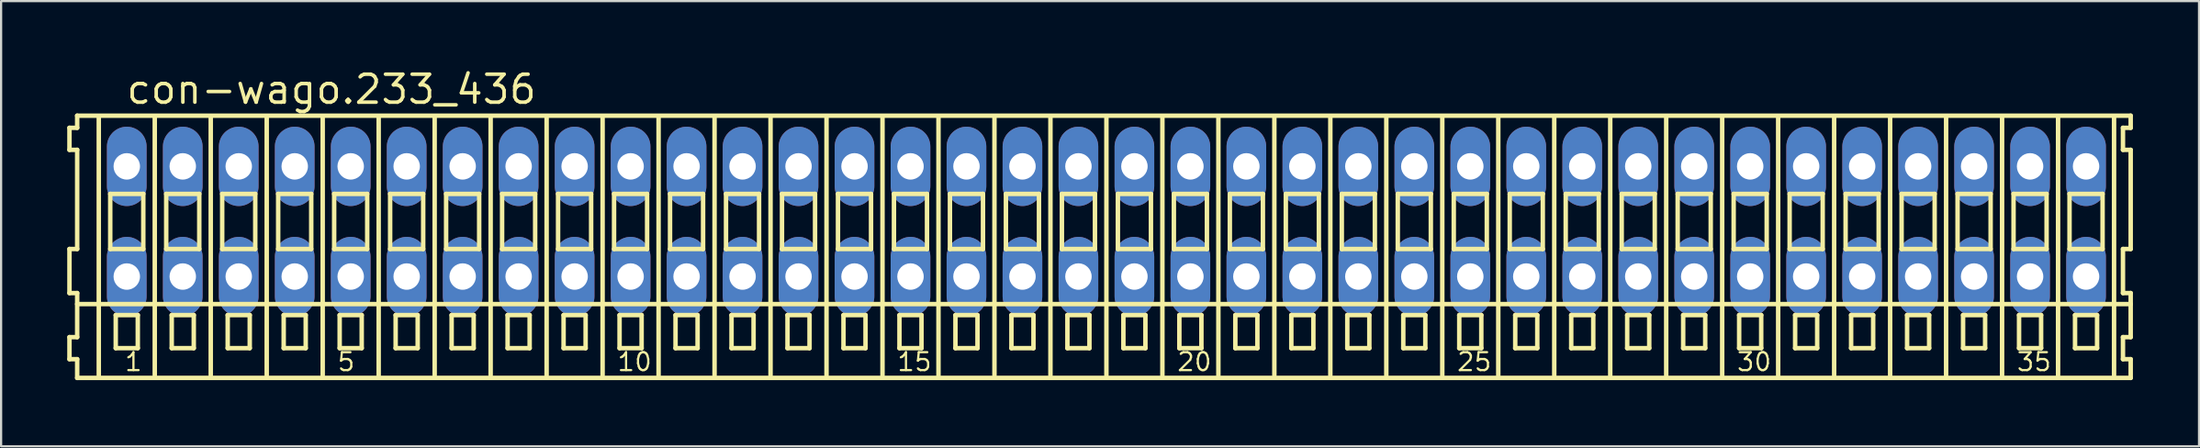
<source format=kicad_pcb>
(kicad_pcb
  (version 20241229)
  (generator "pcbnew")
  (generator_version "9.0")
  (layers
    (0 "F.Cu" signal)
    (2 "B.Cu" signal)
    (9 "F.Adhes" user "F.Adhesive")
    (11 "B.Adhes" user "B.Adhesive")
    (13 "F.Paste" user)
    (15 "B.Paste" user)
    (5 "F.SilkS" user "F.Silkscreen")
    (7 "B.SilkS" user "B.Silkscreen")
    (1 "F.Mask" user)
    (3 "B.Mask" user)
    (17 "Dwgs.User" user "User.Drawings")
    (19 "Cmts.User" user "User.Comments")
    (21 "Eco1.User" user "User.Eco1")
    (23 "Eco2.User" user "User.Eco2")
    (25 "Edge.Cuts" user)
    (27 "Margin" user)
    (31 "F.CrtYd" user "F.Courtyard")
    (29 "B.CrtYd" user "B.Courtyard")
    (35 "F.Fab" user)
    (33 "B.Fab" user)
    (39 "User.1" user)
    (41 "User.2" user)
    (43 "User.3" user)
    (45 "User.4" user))
  (footprint "con-wago.233_436"
    (layer "F.Cu")
    (at 47.152 7)
    (property "Reference" "con-wago.233_436" (at -44.55 -5.25 0) (layer "F.SilkS") (effects (font (size 1.27 1.27) (thickness 0.16)) (justify left bottom)))
    (attr through_hole)
    (fp_line (start -47.05 -4.25) (end -47.05 -3.25) (stroke (width 0.203) (type default)) (layer "F.SilkS"))
    (fp_line (start -47.05 -3.25) (end -46.7 -3.25) (stroke (width 0.203) (type default)) (layer "F.SilkS"))
    (fp_line (start -47.05 1.25) (end -47.05 3.25) (stroke (width 0.203) (type default)) (layer "F.SilkS"))
    (fp_line (start -47.05 3.25) (end -46.7 3.25) (stroke (width 0.203) (type default)) (layer "F.SilkS"))
    (fp_line (start -47.05 5.25) (end -47.05 6.25) (stroke (width 0.203) (type default)) (layer "F.SilkS"))
    (fp_line (start -47.05 6.25) (end -46.7 6.25) (stroke (width 0.203) (type default)) (layer "F.SilkS"))
    (fp_line (start -46.7 -4.8) (end -46.7 -4.25) (stroke (width 0.203) (type default)) (layer "F.SilkS"))
    (fp_line (start -46.7 -4.25) (end -47.05 -4.25) (stroke (width 0.203) (type default)) (layer "F.SilkS"))
    (fp_line (start -46.7 -3.25) (end -46.7 1.25) (stroke (width 0.203) (type default)) (layer "F.SilkS"))
    (fp_line (start -46.7 1.25) (end -47.05 1.25) (stroke (width 0.203) (type default)) (layer "F.SilkS"))
    (fp_line (start -46.7 3.25) (end -46.7 5.25) (stroke (width 0.203) (type default)) (layer "F.SilkS"))
    (fp_line (start -46.7 3.75) (end 46.475 3.75) (stroke (width 0.203) (type default)) (layer "F.SilkS"))
    (fp_line (start -46.7 5.25) (end -47.05 5.25) (stroke (width 0.203) (type default)) (layer "F.SilkS"))
    (fp_line (start -46.7 6.25) (end -46.7 7.1) (stroke (width 0.203) (type default)) (layer "F.SilkS"))
    (fp_line (start -46.7 7.1) (end 46.475 7.1) (stroke (width 0.203) (type default)) (layer "F.SilkS"))
    (fp_line (start -45.72 6.985) (end -45.72 -4.699) (stroke (width 0.203) (type default)) (layer "F.SilkS"))
    (fp_line (start -45.2 -1.25) (end -45.2 1.25) (stroke (width 0.203) (type default)) (layer "F.SilkS"))
    (fp_line (start -45.2 1.25) (end -43.7 1.25) (stroke (width 0.203) (type default)) (layer "F.SilkS"))
    (fp_line (start -44.95 4.25) (end -44.95 5.75) (stroke (width 0.203) (type default)) (layer "F.SilkS"))
    (fp_line (start -44.95 5.75) (end -43.95 5.75) (stroke (width 0.203) (type default)) (layer "F.SilkS"))
    (fp_line (start -43.95 4.25) (end -44.95 4.25) (stroke (width 0.203) (type default)) (layer "F.SilkS"))
    (fp_line (start -43.95 5.75) (end -43.95 4.25) (stroke (width 0.203) (type default)) (layer "F.SilkS"))
    (fp_line (start -43.7 -1.25) (end -45.2 -1.25) (stroke (width 0.203) (type default)) (layer "F.SilkS"))
    (fp_line (start -43.7 1.25) (end -43.7 -1.25) (stroke (width 0.203) (type default)) (layer "F.SilkS"))
    (fp_line (start -43.18 6.985) (end -43.18 -4.699) (stroke (width 0.203) (type default)) (layer "F.SilkS"))
    (fp_line (start -42.66 -1.25) (end -42.66 1.25) (stroke (width 0.203) (type default)) (layer "F.SilkS"))
    (fp_line (start -42.66 1.25) (end -41.16 1.25) (stroke (width 0.203) (type default)) (layer "F.SilkS"))
    (fp_line (start -42.41 4.25) (end -42.41 5.75) (stroke (width 0.203) (type default)) (layer "F.SilkS"))
    (fp_line (start -42.41 5.75) (end -41.41 5.75) (stroke (width 0.203) (type default)) (layer "F.SilkS"))
    (fp_line (start -41.41 4.25) (end -42.41 4.25) (stroke (width 0.203) (type default)) (layer "F.SilkS"))
    (fp_line (start -41.41 5.75) (end -41.41 4.25) (stroke (width 0.203) (type default)) (layer "F.SilkS"))
    (fp_line (start -41.16 -1.25) (end -42.66 -1.25) (stroke (width 0.203) (type default)) (layer "F.SilkS"))
    (fp_line (start -41.16 1.25) (end -41.16 -1.25) (stroke (width 0.203) (type default)) (layer "F.SilkS"))
    (fp_line (start -40.64 6.985) (end -40.64 -4.699) (stroke (width 0.203) (type default)) (layer "F.SilkS"))
    (fp_line (start -40.12 -1.25) (end -40.12 1.25) (stroke (width 0.203) (type default)) (layer "F.SilkS"))
    (fp_line (start -40.12 1.25) (end -38.62 1.25) (stroke (width 0.203) (type default)) (layer "F.SilkS"))
    (fp_line (start -39.87 4.25) (end -39.87 5.75) (stroke (width 0.203) (type default)) (layer "F.SilkS"))
    (fp_line (start -39.87 5.75) (end -38.87 5.75) (stroke (width 0.203) (type default)) (layer "F.SilkS"))
    (fp_line (start -38.87 4.25) (end -39.87 4.25) (stroke (width 0.203) (type default)) (layer "F.SilkS"))
    (fp_line (start -38.87 5.75) (end -38.87 4.25) (stroke (width 0.203) (type default)) (layer "F.SilkS"))
    (fp_line (start -38.62 -1.25) (end -40.12 -1.25) (stroke (width 0.203) (type default)) (layer "F.SilkS"))
    (fp_line (start -38.62 1.25) (end -38.62 -1.25) (stroke (width 0.203) (type default)) (layer "F.SilkS"))
    (fp_line (start -38.1 6.985) (end -38.1 -4.699) (stroke (width 0.203) (type default)) (layer "F.SilkS"))
    (fp_line (start -37.58 -1.25) (end -37.58 1.25) (stroke (width 0.203) (type default)) (layer "F.SilkS"))
    (fp_line (start -37.58 1.25) (end -36.08 1.25) (stroke (width 0.203) (type default)) (layer "F.SilkS"))
    (fp_line (start -37.33 4.25) (end -37.33 5.75) (stroke (width 0.203) (type default)) (layer "F.SilkS"))
    (fp_line (start -37.33 5.75) (end -36.33 5.75) (stroke (width 0.203) (type default)) (layer "F.SilkS"))
    (fp_line (start -36.33 4.25) (end -37.33 4.25) (stroke (width 0.203) (type default)) (layer "F.SilkS"))
    (fp_line (start -36.33 5.75) (end -36.33 4.25) (stroke (width 0.203) (type default)) (layer "F.SilkS"))
    (fp_line (start -36.08 -1.25) (end -37.58 -1.25) (stroke (width 0.203) (type default)) (layer "F.SilkS"))
    (fp_line (start -36.08 1.25) (end -36.08 -1.25) (stroke (width 0.203) (type default)) (layer "F.SilkS"))
    (fp_line (start -35.56 6.985) (end -35.56 -4.699) (stroke (width 0.203) (type default)) (layer "F.SilkS"))
    (fp_line (start -35.04 -1.25) (end -35.04 1.25) (stroke (width 0.203) (type default)) (layer "F.SilkS"))
    (fp_line (start -35.04 1.25) (end -33.54 1.25) (stroke (width 0.203) (type default)) (layer "F.SilkS"))
    (fp_line (start -34.79 4.25) (end -34.79 5.75) (stroke (width 0.203) (type default)) (layer "F.SilkS"))
    (fp_line (start -34.79 5.75) (end -33.79 5.75) (stroke (width 0.203) (type default)) (layer "F.SilkS"))
    (fp_line (start -33.79 4.25) (end -34.79 4.25) (stroke (width 0.203) (type default)) (layer "F.SilkS"))
    (fp_line (start -33.79 5.75) (end -33.79 4.25) (stroke (width 0.203) (type default)) (layer "F.SilkS"))
    (fp_line (start -33.54 -1.25) (end -35.04 -1.25) (stroke (width 0.203) (type default)) (layer "F.SilkS"))
    (fp_line (start -33.54 1.25) (end -33.54 -1.25) (stroke (width 0.203) (type default)) (layer "F.SilkS"))
    (fp_line (start -33.02 6.985) (end -33.02 -4.699) (stroke (width 0.203) (type default)) (layer "F.SilkS"))
    (fp_line (start -32.5 -1.25) (end -32.5 1.25) (stroke (width 0.203) (type default)) (layer "F.SilkS"))
    (fp_line (start -32.5 1.25) (end -31 1.25) (stroke (width 0.203) (type default)) (layer "F.SilkS"))
    (fp_line (start -32.25 4.25) (end -32.25 5.75) (stroke (width 0.203) (type default)) (layer "F.SilkS"))
    (fp_line (start -32.25 5.75) (end -31.25 5.75) (stroke (width 0.203) (type default)) (layer "F.SilkS"))
    (fp_line (start -31.25 4.25) (end -32.25 4.25) (stroke (width 0.203) (type default)) (layer "F.SilkS"))
    (fp_line (start -31.25 5.75) (end -31.25 4.25) (stroke (width 0.203) (type default)) (layer "F.SilkS"))
    (fp_line (start -31 -1.25) (end -32.5 -1.25) (stroke (width 0.203) (type default)) (layer "F.SilkS"))
    (fp_line (start -31 1.25) (end -31 -1.25) (stroke (width 0.203) (type default)) (layer "F.SilkS"))
    (fp_line (start -30.48 6.985) (end -30.48 -4.699) (stroke (width 0.203) (type default)) (layer "F.SilkS"))
    (fp_line (start -29.96 -1.25) (end -29.96 1.25) (stroke (width 0.203) (type default)) (layer "F.SilkS"))
    (fp_line (start -29.96 1.25) (end -28.46 1.25) (stroke (width 0.203) (type default)) (layer "F.SilkS"))
    (fp_line (start -29.71 4.25) (end -29.71 5.75) (stroke (width 0.203) (type default)) (layer "F.SilkS"))
    (fp_line (start -29.71 5.75) (end -28.71 5.75) (stroke (width 0.203) (type default)) (layer "F.SilkS"))
    (fp_line (start -28.71 4.25) (end -29.71 4.25) (stroke (width 0.203) (type default)) (layer "F.SilkS"))
    (fp_line (start -28.71 5.75) (end -28.71 4.25) (stroke (width 0.203) (type default)) (layer "F.SilkS"))
    (fp_line (start -28.46 -1.25) (end -29.96 -1.25) (stroke (width 0.203) (type default)) (layer "F.SilkS"))
    (fp_line (start -28.46 1.25) (end -28.46 -1.25) (stroke (width 0.203) (type default)) (layer "F.SilkS"))
    (fp_line (start -27.94 6.985) (end -27.94 -4.699) (stroke (width 0.203) (type default)) (layer "F.SilkS"))
    (fp_line (start -27.42 -1.25) (end -27.42 1.25) (stroke (width 0.203) (type default)) (layer "F.SilkS"))
    (fp_line (start -27.42 1.25) (end -25.92 1.25) (stroke (width 0.203) (type default)) (layer "F.SilkS"))
    (fp_line (start -27.17 4.25) (end -27.17 5.75) (stroke (width 0.203) (type default)) (layer "F.SilkS"))
    (fp_line (start -27.17 5.75) (end -26.17 5.75) (stroke (width 0.203) (type default)) (layer "F.SilkS"))
    (fp_line (start -26.17 4.25) (end -27.17 4.25) (stroke (width 0.203) (type default)) (layer "F.SilkS"))
    (fp_line (start -26.17 5.75) (end -26.17 4.25) (stroke (width 0.203) (type default)) (layer "F.SilkS"))
    (fp_line (start -25.92 -1.25) (end -27.42 -1.25) (stroke (width 0.203) (type default)) (layer "F.SilkS"))
    (fp_line (start -25.92 1.25) (end -25.92 -1.25) (stroke (width 0.203) (type default)) (layer "F.SilkS"))
    (fp_line (start -25.4 6.985) (end -25.4 -4.699) (stroke (width 0.203) (type default)) (layer "F.SilkS"))
    (fp_line (start -24.88 -1.25) (end -24.88 1.25) (stroke (width 0.203) (type default)) (layer "F.SilkS"))
    (fp_line (start -24.88 1.25) (end -23.38 1.25) (stroke (width 0.203) (type default)) (layer "F.SilkS"))
    (fp_line (start -24.63 4.25) (end -24.63 5.75) (stroke (width 0.203) (type default)) (layer "F.SilkS"))
    (fp_line (start -24.63 5.75) (end -23.63 5.75) (stroke (width 0.203) (type default)) (layer "F.SilkS"))
    (fp_line (start -23.63 4.25) (end -24.63 4.25) (stroke (width 0.203) (type default)) (layer "F.SilkS"))
    (fp_line (start -23.63 5.75) (end -23.63 4.25) (stroke (width 0.203) (type default)) (layer "F.SilkS"))
    (fp_line (start -23.38 -1.25) (end -24.88 -1.25) (stroke (width 0.203) (type default)) (layer "F.SilkS"))
    (fp_line (start -23.38 1.25) (end -23.38 -1.25) (stroke (width 0.203) (type default)) (layer "F.SilkS"))
    (fp_line (start -22.86 6.985) (end -22.86 -4.699) (stroke (width 0.203) (type default)) (layer "F.SilkS"))
    (fp_line (start -22.34 -1.25) (end -22.34 1.25) (stroke (width 0.203) (type default)) (layer "F.SilkS"))
    (fp_line (start -22.34 1.25) (end -20.84 1.25) (stroke (width 0.203) (type default)) (layer "F.SilkS"))
    (fp_line (start -22.09 4.25) (end -22.09 5.75) (stroke (width 0.203) (type default)) (layer "F.SilkS"))
    (fp_line (start -22.09 5.75) (end -21.09 5.75) (stroke (width 0.203) (type default)) (layer "F.SilkS"))
    (fp_line (start -21.09 4.25) (end -22.09 4.25) (stroke (width 0.203) (type default)) (layer "F.SilkS"))
    (fp_line (start -21.09 5.75) (end -21.09 4.25) (stroke (width 0.203) (type default)) (layer "F.SilkS"))
    (fp_line (start -20.84 -1.25) (end -22.34 -1.25) (stroke (width 0.203) (type default)) (layer "F.SilkS"))
    (fp_line (start -20.84 1.25) (end -20.84 -1.25) (stroke (width 0.203) (type default)) (layer "F.SilkS"))
    (fp_line (start -20.32 6.985) (end -20.32 -4.699) (stroke (width 0.203) (type default)) (layer "F.SilkS"))
    (fp_line (start -19.8 -1.25) (end -19.8 1.25) (stroke (width 0.203) (type default)) (layer "F.SilkS"))
    (fp_line (start -19.8 1.25) (end -18.3 1.25) (stroke (width 0.203) (type default)) (layer "F.SilkS"))
    (fp_line (start -19.55 4.25) (end -19.55 5.75) (stroke (width 0.203) (type default)) (layer "F.SilkS"))
    (fp_line (start -19.55 5.75) (end -18.55 5.75) (stroke (width 0.203) (type default)) (layer "F.SilkS"))
    (fp_line (start -18.55 4.25) (end -19.55 4.25) (stroke (width 0.203) (type default)) (layer "F.SilkS"))
    (fp_line (start -18.55 5.75) (end -18.55 4.25) (stroke (width 0.203) (type default)) (layer "F.SilkS"))
    (fp_line (start -18.3 -1.25) (end -19.8 -1.25) (stroke (width 0.203) (type default)) (layer "F.SilkS"))
    (fp_line (start -18.3 1.25) (end -18.3 -1.25) (stroke (width 0.203) (type default)) (layer "F.SilkS"))
    (fp_line (start -17.78 6.985) (end -17.78 -4.699) (stroke (width 0.203) (type default)) (layer "F.SilkS"))
    (fp_line (start -17.26 -1.25) (end -17.26 1.25) (stroke (width 0.203) (type default)) (layer "F.SilkS"))
    (fp_line (start -17.26 1.25) (end -15.76 1.25) (stroke (width 0.203) (type default)) (layer "F.SilkS"))
    (fp_line (start -17.01 4.25) (end -17.01 5.75) (stroke (width 0.203) (type default)) (layer "F.SilkS"))
    (fp_line (start -17.01 5.75) (end -16.01 5.75) (stroke (width 0.203) (type default)) (layer "F.SilkS"))
    (fp_line (start -16.01 4.25) (end -17.01 4.25) (stroke (width 0.203) (type default)) (layer "F.SilkS"))
    (fp_line (start -16.01 5.75) (end -16.01 4.25) (stroke (width 0.203) (type default)) (layer "F.SilkS"))
    (fp_line (start -15.76 -1.25) (end -17.26 -1.25) (stroke (width 0.203) (type default)) (layer "F.SilkS"))
    (fp_line (start -15.76 1.25) (end -15.76 -1.25) (stroke (width 0.203) (type default)) (layer "F.SilkS"))
    (fp_line (start -15.24 6.985) (end -15.24 -4.699) (stroke (width 0.203) (type default)) (layer "F.SilkS"))
    (fp_line (start -14.72 -1.25) (end -14.72 1.25) (stroke (width 0.203) (type default)) (layer "F.SilkS"))
    (fp_line (start -14.72 1.25) (end -13.22 1.25) (stroke (width 0.203) (type default)) (layer "F.SilkS"))
    (fp_line (start -14.47 4.25) (end -14.47 5.75) (stroke (width 0.203) (type default)) (layer "F.SilkS"))
    (fp_line (start -14.47 5.75) (end -13.47 5.75) (stroke (width 0.203) (type default)) (layer "F.SilkS"))
    (fp_line (start -13.47 4.25) (end -14.47 4.25) (stroke (width 0.203) (type default)) (layer "F.SilkS"))
    (fp_line (start -13.47 5.75) (end -13.47 4.25) (stroke (width 0.203) (type default)) (layer "F.SilkS"))
    (fp_line (start -13.22 -1.25) (end -14.72 -1.25) (stroke (width 0.203) (type default)) (layer "F.SilkS"))
    (fp_line (start -13.22 1.25) (end -13.22 -1.25) (stroke (width 0.203) (type default)) (layer "F.SilkS"))
    (fp_line (start -12.7 6.985) (end -12.7 -4.699) (stroke (width 0.203) (type default)) (layer "F.SilkS"))
    (fp_line (start -12.18 -1.25) (end -12.18 1.25) (stroke (width 0.203) (type default)) (layer "F.SilkS"))
    (fp_line (start -12.18 1.25) (end -10.68 1.25) (stroke (width 0.203) (type default)) (layer "F.SilkS"))
    (fp_line (start -11.93 4.25) (end -11.93 5.75) (stroke (width 0.203) (type default)) (layer "F.SilkS"))
    (fp_line (start -11.93 5.75) (end -10.93 5.75) (stroke (width 0.203) (type default)) (layer "F.SilkS"))
    (fp_line (start -10.93 4.25) (end -11.93 4.25) (stroke (width 0.203) (type default)) (layer "F.SilkS"))
    (fp_line (start -10.93 5.75) (end -10.93 4.25) (stroke (width 0.203) (type default)) (layer "F.SilkS"))
    (fp_line (start -10.68 -1.25) (end -12.18 -1.25) (stroke (width 0.203) (type default)) (layer "F.SilkS"))
    (fp_line (start -10.68 1.25) (end -10.68 -1.25) (stroke (width 0.203) (type default)) (layer "F.SilkS"))
    (fp_line (start -10.16 6.985) (end -10.16 -4.699) (stroke (width 0.203) (type default)) (layer "F.SilkS"))
    (fp_line (start -9.64 -1.25) (end -9.64 1.25) (stroke (width 0.203) (type default)) (layer "F.SilkS"))
    (fp_line (start -9.64 1.25) (end -8.14 1.25) (stroke (width 0.203) (type default)) (layer "F.SilkS"))
    (fp_line (start -9.39 4.25) (end -9.39 5.75) (stroke (width 0.203) (type default)) (layer "F.SilkS"))
    (fp_line (start -9.39 5.75) (end -8.39 5.75) (stroke (width 0.203) (type default)) (layer "F.SilkS"))
    (fp_line (start -8.39 4.25) (end -9.39 4.25) (stroke (width 0.203) (type default)) (layer "F.SilkS"))
    (fp_line (start -8.39 5.75) (end -8.39 4.25) (stroke (width 0.203) (type default)) (layer "F.SilkS"))
    (fp_line (start -8.14 -1.25) (end -9.64 -1.25) (stroke (width 0.203) (type default)) (layer "F.SilkS"))
    (fp_line (start -8.14 1.25) (end -8.14 -1.25) (stroke (width 0.203) (type default)) (layer "F.SilkS"))
    (fp_line (start -7.62 6.985) (end -7.62 -4.699) (stroke (width 0.203) (type default)) (layer "F.SilkS"))
    (fp_line (start -7.1 -1.25) (end -7.1 1.25) (stroke (width 0.203) (type default)) (layer "F.SilkS"))
    (fp_line (start -7.1 1.25) (end -5.6 1.25) (stroke (width 0.203) (type default)) (layer "F.SilkS"))
    (fp_line (start -6.85 4.25) (end -6.85 5.75) (stroke (width 0.203) (type default)) (layer "F.SilkS"))
    (fp_line (start -6.85 5.75) (end -5.85 5.75) (stroke (width 0.203) (type default)) (layer "F.SilkS"))
    (fp_line (start -5.85 4.25) (end -6.85 4.25) (stroke (width 0.203) (type default)) (layer "F.SilkS"))
    (fp_line (start -5.85 5.75) (end -5.85 4.25) (stroke (width 0.203) (type default)) (layer "F.SilkS"))
    (fp_line (start -5.6 -1.25) (end -7.1 -1.25) (stroke (width 0.203) (type default)) (layer "F.SilkS"))
    (fp_line (start -5.6 1.25) (end -5.6 -1.25) (stroke (width 0.203) (type default)) (layer "F.SilkS"))
    (fp_line (start -5.08 6.985) (end -5.08 -4.699) (stroke (width 0.203) (type default)) (layer "F.SilkS"))
    (fp_line (start -4.56 -1.25) (end -4.56 1.25) (stroke (width 0.203) (type default)) (layer "F.SilkS"))
    (fp_line (start -4.56 1.25) (end -3.06 1.25) (stroke (width 0.203) (type default)) (layer "F.SilkS"))
    (fp_line (start -4.31 4.25) (end -4.31 5.75) (stroke (width 0.203) (type default)) (layer "F.SilkS"))
    (fp_line (start -4.31 5.75) (end -3.31 5.75) (stroke (width 0.203) (type default)) (layer "F.SilkS"))
    (fp_line (start -3.31 4.25) (end -4.31 4.25) (stroke (width 0.203) (type default)) (layer "F.SilkS"))
    (fp_line (start -3.31 5.75) (end -3.31 4.25) (stroke (width 0.203) (type default)) (layer "F.SilkS"))
    (fp_line (start -3.06 -1.25) (end -4.56 -1.25) (stroke (width 0.203) (type default)) (layer "F.SilkS"))
    (fp_line (start -3.06 1.25) (end -3.06 -1.25) (stroke (width 0.203) (type default)) (layer "F.SilkS"))
    (fp_line (start -2.54 6.985) (end -2.54 -4.699) (stroke (width 0.203) (type default)) (layer "F.SilkS"))
    (fp_line (start -2.02 -1.25) (end -2.02 1.25) (stroke (width 0.203) (type default)) (layer "F.SilkS"))
    (fp_line (start -2.02 1.25) (end -0.52 1.25) (stroke (width 0.203) (type default)) (layer "F.SilkS"))
    (fp_line (start -1.77 4.25) (end -1.77 5.75) (stroke (width 0.203) (type default)) (layer "F.SilkS"))
    (fp_line (start -1.77 5.75) (end -0.77 5.75) (stroke (width 0.203) (type default)) (layer "F.SilkS"))
    (fp_line (start -0.77 4.25) (end -1.77 4.25) (stroke (width 0.203) (type default)) (layer "F.SilkS"))
    (fp_line (start -0.77 5.75) (end -0.77 4.25) (stroke (width 0.203) (type default)) (layer "F.SilkS"))
    (fp_line (start -0.52 -1.25) (end -2.02 -1.25) (stroke (width 0.203) (type default)) (layer "F.SilkS"))
    (fp_line (start -0.52 1.25) (end -0.52 -1.25) (stroke (width 0.203) (type default)) (layer "F.SilkS"))
    (fp_line (start 0 6.985) (end 0 -4.699) (stroke (width 0.203) (type default)) (layer "F.SilkS"))
    (fp_line (start 0.52 -1.25) (end 0.52 1.25) (stroke (width 0.203) (type default)) (layer "F.SilkS"))
    (fp_line (start 0.52 1.25) (end 2.02 1.25) (stroke (width 0.203) (type default)) (layer "F.SilkS"))
    (fp_line (start 0.77 4.25) (end 0.77 5.75) (stroke (width 0.203) (type default)) (layer "F.SilkS"))
    (fp_line (start 0.77 5.75) (end 1.77 5.75) (stroke (width 0.203) (type default)) (layer "F.SilkS"))
    (fp_line (start 1.77 4.25) (end 0.77 4.25) (stroke (width 0.203) (type default)) (layer "F.SilkS"))
    (fp_line (start 1.77 5.75) (end 1.77 4.25) (stroke (width 0.203) (type default)) (layer "F.SilkS"))
    (fp_line (start 2.02 -1.25) (end 0.52 -1.25) (stroke (width 0.203) (type default)) (layer "F.SilkS"))
    (fp_line (start 2.02 1.25) (end 2.02 -1.25) (stroke (width 0.203) (type default)) (layer "F.SilkS"))
    (fp_line (start 2.54 6.985) (end 2.54 -4.699) (stroke (width 0.203) (type default)) (layer "F.SilkS"))
    (fp_line (start 3.06 -1.25) (end 3.06 1.25) (stroke (width 0.203) (type default)) (layer "F.SilkS"))
    (fp_line (start 3.06 1.25) (end 4.56 1.25) (stroke (width 0.203) (type default)) (layer "F.SilkS"))
    (fp_line (start 3.31 4.25) (end 3.31 5.75) (stroke (width 0.203) (type default)) (layer "F.SilkS"))
    (fp_line (start 3.31 5.75) (end 4.31 5.75) (stroke (width 0.203) (type default)) (layer "F.SilkS"))
    (fp_line (start 4.31 4.25) (end 3.31 4.25) (stroke (width 0.203) (type default)) (layer "F.SilkS"))
    (fp_line (start 4.31 5.75) (end 4.31 4.25) (stroke (width 0.203) (type default)) (layer "F.SilkS"))
    (fp_line (start 4.56 -1.25) (end 3.06 -1.25) (stroke (width 0.203) (type default)) (layer "F.SilkS"))
    (fp_line (start 4.56 1.25) (end 4.56 -1.25) (stroke (width 0.203) (type default)) (layer "F.SilkS"))
    (fp_line (start 5.08 6.985) (end 5.08 -4.699) (stroke (width 0.203) (type default)) (layer "F.SilkS"))
    (fp_line (start 5.6 -1.25) (end 5.6 1.25) (stroke (width 0.203) (type default)) (layer "F.SilkS"))
    (fp_line (start 5.6 1.25) (end 7.1 1.25) (stroke (width 0.203) (type default)) (layer "F.SilkS"))
    (fp_line (start 5.85 4.25) (end 5.85 5.75) (stroke (width 0.203) (type default)) (layer "F.SilkS"))
    (fp_line (start 5.85 5.75) (end 6.85 5.75) (stroke (width 0.203) (type default)) (layer "F.SilkS"))
    (fp_line (start 6.85 4.25) (end 5.85 4.25) (stroke (width 0.203) (type default)) (layer "F.SilkS"))
    (fp_line (start 6.85 5.75) (end 6.85 4.25) (stroke (width 0.203) (type default)) (layer "F.SilkS"))
    (fp_line (start 7.1 -1.25) (end 5.6 -1.25) (stroke (width 0.203) (type default)) (layer "F.SilkS"))
    (fp_line (start 7.1 1.25) (end 7.1 -1.25) (stroke (width 0.203) (type default)) (layer "F.SilkS"))
    (fp_line (start 7.62 6.985) (end 7.62 -4.699) (stroke (width 0.203) (type default)) (layer "F.SilkS"))
    (fp_line (start 8.14 -1.25) (end 8.14 1.25) (stroke (width 0.203) (type default)) (layer "F.SilkS"))
    (fp_line (start 8.14 1.25) (end 9.64 1.25) (stroke (width 0.203) (type default)) (layer "F.SilkS"))
    (fp_line (start 8.39 4.25) (end 8.39 5.75) (stroke (width 0.203) (type default)) (layer "F.SilkS"))
    (fp_line (start 8.39 5.75) (end 9.39 5.75) (stroke (width 0.203) (type default)) (layer "F.SilkS"))
    (fp_line (start 9.39 4.25) (end 8.39 4.25) (stroke (width 0.203) (type default)) (layer "F.SilkS"))
    (fp_line (start 9.39 5.75) (end 9.39 4.25) (stroke (width 0.203) (type default)) (layer "F.SilkS"))
    (fp_line (start 9.64 -1.25) (end 8.14 -1.25) (stroke (width 0.203) (type default)) (layer "F.SilkS"))
    (fp_line (start 9.64 1.25) (end 9.64 -1.25) (stroke (width 0.203) (type default)) (layer "F.SilkS"))
    (fp_line (start 10.16 6.985) (end 10.16 -4.699) (stroke (width 0.203) (type default)) (layer "F.SilkS"))
    (fp_line (start 10.68 -1.25) (end 10.68 1.25) (stroke (width 0.203) (type default)) (layer "F.SilkS"))
    (fp_line (start 10.68 1.25) (end 12.18 1.25) (stroke (width 0.203) (type default)) (layer "F.SilkS"))
    (fp_line (start 10.93 4.25) (end 10.93 5.75) (stroke (width 0.203) (type default)) (layer "F.SilkS"))
    (fp_line (start 10.93 5.75) (end 11.93 5.75) (stroke (width 0.203) (type default)) (layer "F.SilkS"))
    (fp_line (start 11.93 4.25) (end 10.93 4.25) (stroke (width 0.203) (type default)) (layer "F.SilkS"))
    (fp_line (start 11.93 5.75) (end 11.93 4.25) (stroke (width 0.203) (type default)) (layer "F.SilkS"))
    (fp_line (start 12.18 -1.25) (end 10.68 -1.25) (stroke (width 0.203) (type default)) (layer "F.SilkS"))
    (fp_line (start 12.18 1.25) (end 12.18 -1.25) (stroke (width 0.203) (type default)) (layer "F.SilkS"))
    (fp_line (start 12.7 6.985) (end 12.7 -4.699) (stroke (width 0.203) (type default)) (layer "F.SilkS"))
    (fp_line (start 13.22 -1.25) (end 13.22 1.25) (stroke (width 0.203) (type default)) (layer "F.SilkS"))
    (fp_line (start 13.22 1.25) (end 14.72 1.25) (stroke (width 0.203) (type default)) (layer "F.SilkS"))
    (fp_line (start 13.47 4.25) (end 13.47 5.75) (stroke (width 0.203) (type default)) (layer "F.SilkS"))
    (fp_line (start 13.47 5.75) (end 14.47 5.75) (stroke (width 0.203) (type default)) (layer "F.SilkS"))
    (fp_line (start 14.47 4.25) (end 13.47 4.25) (stroke (width 0.203) (type default)) (layer "F.SilkS"))
    (fp_line (start 14.47 5.75) (end 14.47 4.25) (stroke (width 0.203) (type default)) (layer "F.SilkS"))
    (fp_line (start 14.72 -1.25) (end 13.22 -1.25) (stroke (width 0.203) (type default)) (layer "F.SilkS"))
    (fp_line (start 14.72 1.25) (end 14.72 -1.25) (stroke (width 0.203) (type default)) (layer "F.SilkS"))
    (fp_line (start 15.24 6.985) (end 15.24 -4.699) (stroke (width 0.203) (type default)) (layer "F.SilkS"))
    (fp_line (start 15.76 -1.25) (end 15.76 1.25) (stroke (width 0.203) (type default)) (layer "F.SilkS"))
    (fp_line (start 15.76 1.25) (end 17.26 1.25) (stroke (width 0.203) (type default)) (layer "F.SilkS"))
    (fp_line (start 16.01 4.25) (end 16.01 5.75) (stroke (width 0.203) (type default)) (layer "F.SilkS"))
    (fp_line (start 16.01 5.75) (end 17.01 5.75) (stroke (width 0.203) (type default)) (layer "F.SilkS"))
    (fp_line (start 17.01 4.25) (end 16.01 4.25) (stroke (width 0.203) (type default)) (layer "F.SilkS"))
    (fp_line (start 17.01 5.75) (end 17.01 4.25) (stroke (width 0.203) (type default)) (layer "F.SilkS"))
    (fp_line (start 17.26 -1.25) (end 15.76 -1.25) (stroke (width 0.203) (type default)) (layer "F.SilkS"))
    (fp_line (start 17.26 1.25) (end 17.26 -1.25) (stroke (width 0.203) (type default)) (layer "F.SilkS"))
    (fp_line (start 17.78 6.985) (end 17.78 -4.699) (stroke (width 0.203) (type default)) (layer "F.SilkS"))
    (fp_line (start 18.3 -1.25) (end 18.3 1.25) (stroke (width 0.203) (type default)) (layer "F.SilkS"))
    (fp_line (start 18.3 1.25) (end 19.8 1.25) (stroke (width 0.203) (type default)) (layer "F.SilkS"))
    (fp_line (start 18.55 4.25) (end 18.55 5.75) (stroke (width 0.203) (type default)) (layer "F.SilkS"))
    (fp_line (start 18.55 5.75) (end 19.55 5.75) (stroke (width 0.203) (type default)) (layer "F.SilkS"))
    (fp_line (start 19.55 4.25) (end 18.55 4.25) (stroke (width 0.203) (type default)) (layer "F.SilkS"))
    (fp_line (start 19.55 5.75) (end 19.55 4.25) (stroke (width 0.203) (type default)) (layer "F.SilkS"))
    (fp_line (start 19.8 -1.25) (end 18.3 -1.25) (stroke (width 0.203) (type default)) (layer "F.SilkS"))
    (fp_line (start 19.8 1.25) (end 19.8 -1.25) (stroke (width 0.203) (type default)) (layer "F.SilkS"))
    (fp_line (start 20.32 6.985) (end 20.32 -4.699) (stroke (width 0.203) (type default)) (layer "F.SilkS"))
    (fp_line (start 20.84 -1.25) (end 20.84 1.25) (stroke (width 0.203) (type default)) (layer "F.SilkS"))
    (fp_line (start 20.84 1.25) (end 22.34 1.25) (stroke (width 0.203) (type default)) (layer "F.SilkS"))
    (fp_line (start 21.09 4.25) (end 21.09 5.75) (stroke (width 0.203) (type default)) (layer "F.SilkS"))
    (fp_line (start 21.09 5.75) (end 22.09 5.75) (stroke (width 0.203) (type default)) (layer "F.SilkS"))
    (fp_line (start 22.09 4.25) (end 21.09 4.25) (stroke (width 0.203) (type default)) (layer "F.SilkS"))
    (fp_line (start 22.09 5.75) (end 22.09 4.25) (stroke (width 0.203) (type default)) (layer "F.SilkS"))
    (fp_line (start 22.34 -1.25) (end 20.84 -1.25) (stroke (width 0.203) (type default)) (layer "F.SilkS"))
    (fp_line (start 22.34 1.25) (end 22.34 -1.25) (stroke (width 0.203) (type default)) (layer "F.SilkS"))
    (fp_line (start 22.86 6.985) (end 22.86 -4.699) (stroke (width 0.203) (type default)) (layer "F.SilkS"))
    (fp_line (start 23.38 -1.25) (end 23.38 1.25) (stroke (width 0.203) (type default)) (layer "F.SilkS"))
    (fp_line (start 23.38 1.25) (end 24.88 1.25) (stroke (width 0.203) (type default)) (layer "F.SilkS"))
    (fp_line (start 23.63 4.25) (end 23.63 5.75) (stroke (width 0.203) (type default)) (layer "F.SilkS"))
    (fp_line (start 23.63 5.75) (end 24.63 5.75) (stroke (width 0.203) (type default)) (layer "F.SilkS"))
    (fp_line (start 24.63 4.25) (end 23.63 4.25) (stroke (width 0.203) (type default)) (layer "F.SilkS"))
    (fp_line (start 24.63 5.75) (end 24.63 4.25) (stroke (width 0.203) (type default)) (layer "F.SilkS"))
    (fp_line (start 24.88 -1.25) (end 23.38 -1.25) (stroke (width 0.203) (type default)) (layer "F.SilkS"))
    (fp_line (start 24.88 1.25) (end 24.88 -1.25) (stroke (width 0.203) (type default)) (layer "F.SilkS"))
    (fp_line (start 25.4 6.985) (end 25.4 -4.699) (stroke (width 0.203) (type default)) (layer "F.SilkS"))
    (fp_line (start 25.92 -1.25) (end 25.92 1.25) (stroke (width 0.203) (type default)) (layer "F.SilkS"))
    (fp_line (start 25.92 1.25) (end 27.42 1.25) (stroke (width 0.203) (type default)) (layer "F.SilkS"))
    (fp_line (start 26.17 4.25) (end 26.17 5.75) (stroke (width 0.203) (type default)) (layer "F.SilkS"))
    (fp_line (start 26.17 5.75) (end 27.17 5.75) (stroke (width 0.203) (type default)) (layer "F.SilkS"))
    (fp_line (start 27.17 4.25) (end 26.17 4.25) (stroke (width 0.203) (type default)) (layer "F.SilkS"))
    (fp_line (start 27.17 5.75) (end 27.17 4.25) (stroke (width 0.203) (type default)) (layer "F.SilkS"))
    (fp_line (start 27.42 -1.25) (end 25.92 -1.25) (stroke (width 0.203) (type default)) (layer "F.SilkS"))
    (fp_line (start 27.42 1.25) (end 27.42 -1.25) (stroke (width 0.203) (type default)) (layer "F.SilkS"))
    (fp_line (start 27.94 6.985) (end 27.94 -4.699) (stroke (width 0.203) (type default)) (layer "F.SilkS"))
    (fp_line (start 28.46 -1.25) (end 28.46 1.25) (stroke (width 0.203) (type default)) (layer "F.SilkS"))
    (fp_line (start 28.46 1.25) (end 29.96 1.25) (stroke (width 0.203) (type default)) (layer "F.SilkS"))
    (fp_line (start 28.71 4.25) (end 28.71 5.75) (stroke (width 0.203) (type default)) (layer "F.SilkS"))
    (fp_line (start 28.71 5.75) (end 29.71 5.75) (stroke (width 0.203) (type default)) (layer "F.SilkS"))
    (fp_line (start 29.71 4.25) (end 28.71 4.25) (stroke (width 0.203) (type default)) (layer "F.SilkS"))
    (fp_line (start 29.71 5.75) (end 29.71 4.25) (stroke (width 0.203) (type default)) (layer "F.SilkS"))
    (fp_line (start 29.96 -1.25) (end 28.46 -1.25) (stroke (width 0.203) (type default)) (layer "F.SilkS"))
    (fp_line (start 29.96 1.25) (end 29.96 -1.25) (stroke (width 0.203) (type default)) (layer "F.SilkS"))
    (fp_line (start 30.48 6.985) (end 30.48 -4.699) (stroke (width 0.203) (type default)) (layer "F.SilkS"))
    (fp_line (start 31 -1.25) (end 31 1.25) (stroke (width 0.203) (type default)) (layer "F.SilkS"))
    (fp_line (start 31 1.25) (end 32.5 1.25) (stroke (width 0.203) (type default)) (layer "F.SilkS"))
    (fp_line (start 31.25 4.25) (end 31.25 5.75) (stroke (width 0.203) (type default)) (layer "F.SilkS"))
    (fp_line (start 31.25 5.75) (end 32.25 5.75) (stroke (width 0.203) (type default)) (layer "F.SilkS"))
    (fp_line (start 32.25 4.25) (end 31.25 4.25) (stroke (width 0.203) (type default)) (layer "F.SilkS"))
    (fp_line (start 32.25 5.75) (end 32.25 4.25) (stroke (width 0.203) (type default)) (layer "F.SilkS"))
    (fp_line (start 32.5 -1.25) (end 31 -1.25) (stroke (width 0.203) (type default)) (layer "F.SilkS"))
    (fp_line (start 32.5 1.25) (end 32.5 -1.25) (stroke (width 0.203) (type default)) (layer "F.SilkS"))
    (fp_line (start 33.02 6.985) (end 33.02 -4.699) (stroke (width 0.203) (type default)) (layer "F.SilkS"))
    (fp_line (start 33.54 -1.25) (end 33.54 1.25) (stroke (width 0.203) (type default)) (layer "F.SilkS"))
    (fp_line (start 33.54 1.25) (end 35.04 1.25) (stroke (width 0.203) (type default)) (layer "F.SilkS"))
    (fp_line (start 33.79 4.25) (end 33.79 5.75) (stroke (width 0.203) (type default)) (layer "F.SilkS"))
    (fp_line (start 33.79 5.75) (end 34.79 5.75) (stroke (width 0.203) (type default)) (layer "F.SilkS"))
    (fp_line (start 34.79 4.25) (end 33.79 4.25) (stroke (width 0.203) (type default)) (layer "F.SilkS"))
    (fp_line (start 34.79 5.75) (end 34.79 4.25) (stroke (width 0.203) (type default)) (layer "F.SilkS"))
    (fp_line (start 35.04 -1.25) (end 33.54 -1.25) (stroke (width 0.203) (type default)) (layer "F.SilkS"))
    (fp_line (start 35.04 1.25) (end 35.04 -1.25) (stroke (width 0.203) (type default)) (layer "F.SilkS"))
    (fp_line (start 35.56 6.985) (end 35.56 -4.699) (stroke (width 0.203) (type default)) (layer "F.SilkS"))
    (fp_line (start 36.08 -1.25) (end 36.08 1.25) (stroke (width 0.203) (type default)) (layer "F.SilkS"))
    (fp_line (start 36.08 1.25) (end 37.58 1.25) (stroke (width 0.203) (type default)) (layer "F.SilkS"))
    (fp_line (start 36.33 4.25) (end 36.33 5.75) (stroke (width 0.203) (type default)) (layer "F.SilkS"))
    (fp_line (start 36.33 5.75) (end 37.33 5.75) (stroke (width 0.203) (type default)) (layer "F.SilkS"))
    (fp_line (start 37.33 4.25) (end 36.33 4.25) (stroke (width 0.203) (type default)) (layer "F.SilkS"))
    (fp_line (start 37.33 5.75) (end 37.33 4.25) (stroke (width 0.203) (type default)) (layer "F.SilkS"))
    (fp_line (start 37.58 -1.25) (end 36.08 -1.25) (stroke (width 0.203) (type default)) (layer "F.SilkS"))
    (fp_line (start 37.58 1.25) (end 37.58 -1.25) (stroke (width 0.203) (type default)) (layer "F.SilkS"))
    (fp_line (start 38.1 6.985) (end 38.1 -4.699) (stroke (width 0.203) (type default)) (layer "F.SilkS"))
    (fp_line (start 38.62 -1.25) (end 38.62 1.25) (stroke (width 0.203) (type default)) (layer "F.SilkS"))
    (fp_line (start 38.62 1.25) (end 40.12 1.25) (stroke (width 0.203) (type default)) (layer "F.SilkS"))
    (fp_line (start 38.87 4.25) (end 38.87 5.75) (stroke (width 0.203) (type default)) (layer "F.SilkS"))
    (fp_line (start 38.87 5.75) (end 39.87 5.75) (stroke (width 0.203) (type default)) (layer "F.SilkS"))
    (fp_line (start 39.87 4.25) (end 38.87 4.25) (stroke (width 0.203) (type default)) (layer "F.SilkS"))
    (fp_line (start 39.87 5.75) (end 39.87 4.25) (stroke (width 0.203) (type default)) (layer "F.SilkS"))
    (fp_line (start 40.12 -1.25) (end 38.62 -1.25) (stroke (width 0.203) (type default)) (layer "F.SilkS"))
    (fp_line (start 40.12 1.25) (end 40.12 -1.25) (stroke (width 0.203) (type default)) (layer "F.SilkS"))
    (fp_line (start 40.64 6.985) (end 40.64 -4.699) (stroke (width 0.203) (type default)) (layer "F.SilkS"))
    (fp_line (start 41.16 -1.25) (end 41.16 1.25) (stroke (width 0.203) (type default)) (layer "F.SilkS"))
    (fp_line (start 41.16 1.25) (end 42.66 1.25) (stroke (width 0.203) (type default)) (layer "F.SilkS"))
    (fp_line (start 41.41 4.25) (end 41.41 5.75) (stroke (width 0.203) (type default)) (layer "F.SilkS"))
    (fp_line (start 41.41 5.75) (end 42.41 5.75) (stroke (width 0.203) (type default)) (layer "F.SilkS"))
    (fp_line (start 42.41 4.25) (end 41.41 4.25) (stroke (width 0.203) (type default)) (layer "F.SilkS"))
    (fp_line (start 42.41 5.75) (end 42.41 4.25) (stroke (width 0.203) (type default)) (layer "F.SilkS"))
    (fp_line (start 42.66 -1.25) (end 41.16 -1.25) (stroke (width 0.203) (type default)) (layer "F.SilkS"))
    (fp_line (start 42.66 1.25) (end 42.66 -1.25) (stroke (width 0.203) (type default)) (layer "F.SilkS"))
    (fp_line (start 43.18 6.985) (end 43.18 -4.699) (stroke (width 0.203) (type default)) (layer "F.SilkS"))
    (fp_line (start 43.7 -1.25) (end 43.7 1.25) (stroke (width 0.203) (type default)) (layer "F.SilkS"))
    (fp_line (start 43.7 1.25) (end 45.2 1.25) (stroke (width 0.203) (type default)) (layer "F.SilkS"))
    (fp_line (start 43.95 4.25) (end 43.95 5.75) (stroke (width 0.203) (type default)) (layer "F.SilkS"))
    (fp_line (start 43.95 5.75) (end 44.95 5.75) (stroke (width 0.203) (type default)) (layer "F.SilkS"))
    (fp_line (start 44.95 4.25) (end 43.95 4.25) (stroke (width 0.203) (type default)) (layer "F.SilkS"))
    (fp_line (start 44.95 5.75) (end 44.95 4.25) (stroke (width 0.203) (type default)) (layer "F.SilkS"))
    (fp_line (start 45.2 -1.25) (end 43.7 -1.25) (stroke (width 0.203) (type default)) (layer "F.SilkS"))
    (fp_line (start 45.2 1.25) (end 45.2 -1.25) (stroke (width 0.203) (type default)) (layer "F.SilkS"))
    (fp_line (start 45.72 6.985) (end 45.72 -4.699) (stroke (width 0.203) (type default)) (layer "F.SilkS"))
    (fp_line (start 46.125 -4.25) (end 46.125 -3.25) (stroke (width 0.203) (type default)) (layer "F.SilkS"))
    (fp_line (start 46.125 -3.25) (end 46.475 -3.25) (stroke (width 0.203) (type default)) (layer "F.SilkS"))
    (fp_line (start 46.125 1.25) (end 46.125 3.25) (stroke (width 0.203) (type default)) (layer "F.SilkS"))
    (fp_line (start 46.125 3.25) (end 46.475 3.25) (stroke (width 0.203) (type default)) (layer "F.SilkS"))
    (fp_line (start 46.125 5.25) (end 46.125 6.25) (stroke (width 0.203) (type default)) (layer "F.SilkS"))
    (fp_line (start 46.125 6.25) (end 46.475 6.25) (stroke (width 0.203) (type default)) (layer "F.SilkS"))
    (fp_line (start 46.475 -4.8) (end -46.7 -4.8) (stroke (width 0.203) (type default)) (layer "F.SilkS"))
    (fp_line (start 46.475 -4.25) (end 46.125 -4.25) (stroke (width 0.203) (type default)) (layer "F.SilkS"))
    (fp_line (start 46.475 -4.25) (end 46.475 -4.8) (stroke (width 0.203) (type default)) (layer "F.SilkS"))
    (fp_line (start 46.475 1.25) (end 46.125 1.25) (stroke (width 0.203) (type default)) (layer "F.SilkS"))
    (fp_line (start 46.475 1.25) (end 46.475 -3.25) (stroke (width 0.203) (type default)) (layer "F.SilkS"))
    (fp_line (start 46.475 3.75) (end 46.475 3.25) (stroke (width 0.203) (type default)) (layer "F.SilkS"))
    (fp_line (start 46.475 5.25) (end 46.125 5.25) (stroke (width 0.203) (type default)) (layer "F.SilkS"))
    (fp_line (start 46.475 5.25) (end 46.475 3.75) (stroke (width 0.203) (type default)) (layer "F.SilkS"))
    (fp_line (start 46.475 7.1) (end 46.475 6.25) (stroke (width 0.203) (type default)) (layer "F.SilkS"))
    (fp_text user "35" (at 41.252 6.85 0) (layer "F.SilkS") (effects (font (size 0.813 0.813) (thickness 0.1)) (justify left bottom)))
    (fp_text user "10" (at -22.248 6.85 0) (layer "F.SilkS") (effects (font (size 0.813 0.813) (thickness 0.1)) (justify left bottom)))
    (fp_text user "25" (at 15.852 6.85 0) (layer "F.SilkS") (effects (font (size 0.813 0.813) (thickness 0.1)) (justify left bottom)))
    (fp_text user "1" (at -44.6 6.85 0) (layer "F.SilkS") (effects (font (size 0.813 0.813) (thickness 0.1)) (justify left bottom)))
    (fp_text user "5" (at -34.948 6.85 0) (layer "F.SilkS") (effects (font (size 0.813 0.813) (thickness 0.1)) (justify left bottom)))
    (fp_text user "30" (at 28.552 6.85 0) (layer "F.SilkS") (effects (font (size 0.813 0.813) (thickness 0.1)) (justify left bottom)))
    (fp_text user "20" (at 3.152 6.85 0) (layer "F.SilkS") (effects (font (size 0.813 0.813) (thickness 0.1)) (justify left bottom)))
    (fp_text user "15" (at -9.548 6.85 0) (layer "F.SilkS") (effects (font (size 0.813 0.813) (thickness 0.1)) (justify left bottom)))
    (pad "A1" thru_hole oval (at -44.45 -2.5 90) (size 3.6 1.8) (drill 1.2) (layers "*.Cu" "*.Mask"))
    (pad "A2" thru_hole oval (at -41.91 -2.5 90) (size 3.6 1.8) (drill 1.2) (layers "*.Cu" "*.Mask"))
    (pad "A3" thru_hole oval (at -39.37 -2.5 90) (size 3.6 1.8) (drill 1.2) (layers "*.Cu" "*.Mask"))
    (pad "A4" thru_hole oval (at -36.83 -2.5 90) (size 3.6 1.8) (drill 1.2) (layers "*.Cu" "*.Mask"))
    (pad "A5" thru_hole oval (at -34.29 -2.5 90) (size 3.6 1.8) (drill 1.2) (layers "*.Cu" "*.Mask"))
    (pad "A6" thru_hole oval (at -31.75 -2.5 90) (size 3.6 1.8) (drill 1.2) (layers "*.Cu" "*.Mask"))
    (pad "A7" thru_hole oval (at -29.21 -2.5 90) (size 3.6 1.8) (drill 1.2) (layers "*.Cu" "*.Mask"))
    (pad "A8" thru_hole oval (at -26.67 -2.5 90) (size 3.6 1.8) (drill 1.2) (layers "*.Cu" "*.Mask"))
    (pad "A9" thru_hole oval (at -24.13 -2.5 90) (size 3.6 1.8) (drill 1.2) (layers "*.Cu" "*.Mask"))
    (pad "A10" thru_hole oval (at -21.59 -2.5 90) (size 3.6 1.8) (drill 1.2) (layers "*.Cu" "*.Mask"))
    (pad "A11" thru_hole oval (at -19.05 -2.5 90) (size 3.6 1.8) (drill 1.2) (layers "*.Cu" "*.Mask"))
    (pad "A12" thru_hole oval (at -16.51 -2.5 90) (size 3.6 1.8) (drill 1.2) (layers "*.Cu" "*.Mask"))
    (pad "A13" thru_hole oval (at -13.97 -2.5 90) (size 3.6 1.8) (drill 1.2) (layers "*.Cu" "*.Mask"))
    (pad "A14" thru_hole oval (at -11.43 -2.5 90) (size 3.6 1.8) (drill 1.2) (layers "*.Cu" "*.Mask"))
    (pad "A15" thru_hole oval (at -8.89 -2.5 90) (size 3.6 1.8) (drill 1.2) (layers "*.Cu" "*.Mask"))
    (pad "A16" thru_hole oval (at -6.35 -2.5 90) (size 3.6 1.8) (drill 1.2) (layers "*.Cu" "*.Mask"))
    (pad "A17" thru_hole oval (at -3.81 -2.5 90) (size 3.6 1.8) (drill 1.2) (layers "*.Cu" "*.Mask"))
    (pad "A18" thru_hole oval (at -1.27 -2.5 90) (size 3.6 1.8) (drill 1.2) (layers "*.Cu" "*.Mask"))
    (pad "A19" thru_hole oval (at 1.27 -2.5 90) (size 3.6 1.8) (drill 1.2) (layers "*.Cu" "*.Mask"))
    (pad "A20" thru_hole oval (at 3.81 -2.5 90) (size 3.6 1.8) (drill 1.2) (layers "*.Cu" "*.Mask"))
    (pad "A21" thru_hole oval (at 6.35 -2.5 90) (size 3.6 1.8) (drill 1.2) (layers "*.Cu" "*.Mask"))
    (pad "A22" thru_hole oval (at 8.89 -2.5 90) (size 3.6 1.8) (drill 1.2) (layers "*.Cu" "*.Mask"))
    (pad "A23" thru_hole oval (at 11.43 -2.5 90) (size 3.6 1.8) (drill 1.2) (layers "*.Cu" "*.Mask"))
    (pad "A24" thru_hole oval (at 13.97 -2.5 90) (size 3.6 1.8) (drill 1.2) (layers "*.Cu" "*.Mask"))
    (pad "A25" thru_hole oval (at 16.51 -2.5 90) (size 3.6 1.8) (drill 1.2) (layers "*.Cu" "*.Mask"))
    (pad "A26" thru_hole oval (at 19.05 -2.5 90) (size 3.6 1.8) (drill 1.2) (layers "*.Cu" "*.Mask"))
    (pad "A27" thru_hole oval (at 21.59 -2.5 90) (size 3.6 1.8) (drill 1.2) (layers "*.Cu" "*.Mask"))
    (pad "A28" thru_hole oval (at 24.13 -2.5 90) (size 3.6 1.8) (drill 1.2) (layers "*.Cu" "*.Mask"))
    (pad "A29" thru_hole oval (at 26.67 -2.5 90) (size 3.6 1.8) (drill 1.2) (layers "*.Cu" "*.Mask"))
    (pad "A30" thru_hole oval (at 29.21 -2.5 90) (size 3.6 1.8) (drill 1.2) (layers "*.Cu" "*.Mask"))
    (pad "A31" thru_hole oval (at 31.75 -2.5 90) (size 3.6 1.8) (drill 1.2) (layers "*.Cu" "*.Mask"))
    (pad "A32" thru_hole oval (at 34.29 -2.5 90) (size 3.6 1.8) (drill 1.2) (layers "*.Cu" "*.Mask"))
    (pad "A33" thru_hole oval (at 36.83 -2.5 90) (size 3.6 1.8) (drill 1.2) (layers "*.Cu" "*.Mask"))
    (pad "A34" thru_hole oval (at 39.37 -2.5 90) (size 3.6 1.8) (drill 1.2) (layers "*.Cu" "*.Mask"))
    (pad "A35" thru_hole oval (at 41.91 -2.5 90) (size 3.6 1.8) (drill 1.2) (layers "*.Cu" "*.Mask"))
    (pad "A36" thru_hole oval (at 44.45 -2.5 90) (size 3.6 1.8) (drill 1.2) (layers "*.Cu" "*.Mask"))
    (pad "B1" thru_hole oval (at -44.45 2.5 90) (size 3.6 1.8) (drill 1.2) (layers "*.Cu" "*.Mask"))
    (pad "B2" thru_hole oval (at -41.91 2.5 90) (size 3.6 1.8) (drill 1.2) (layers "*.Cu" "*.Mask"))
    (pad "B3" thru_hole oval (at -39.37 2.5 90) (size 3.6 1.8) (drill 1.2) (layers "*.Cu" "*.Mask"))
    (pad "B4" thru_hole oval (at -36.83 2.5 90) (size 3.6 1.8) (drill 1.2) (layers "*.Cu" "*.Mask"))
    (pad "B5" thru_hole oval (at -34.29 2.5 90) (size 3.6 1.8) (drill 1.2) (layers "*.Cu" "*.Mask"))
    (pad "B6" thru_hole oval (at -31.75 2.5 90) (size 3.6 1.8) (drill 1.2) (layers "*.Cu" "*.Mask"))
    (pad "B7" thru_hole oval (at -29.21 2.5 90) (size 3.6 1.8) (drill 1.2) (layers "*.Cu" "*.Mask"))
    (pad "B8" thru_hole oval (at -26.67 2.5 90) (size 3.6 1.8) (drill 1.2) (layers "*.Cu" "*.Mask"))
    (pad "B9" thru_hole oval (at -24.13 2.5 90) (size 3.6 1.8) (drill 1.2) (layers "*.Cu" "*.Mask"))
    (pad "B10" thru_hole oval (at -21.59 2.5 90) (size 3.6 1.8) (drill 1.2) (layers "*.Cu" "*.Mask"))
    (pad "B11" thru_hole oval (at -19.05 2.5 90) (size 3.6 1.8) (drill 1.2) (layers "*.Cu" "*.Mask"))
    (pad "B12" thru_hole oval (at -16.51 2.5 90) (size 3.6 1.8) (drill 1.2) (layers "*.Cu" "*.Mask"))
    (pad "B13" thru_hole oval (at -13.97 2.5 90) (size 3.6 1.8) (drill 1.2) (layers "*.Cu" "*.Mask"))
    (pad "B14" thru_hole oval (at -11.43 2.5 90) (size 3.6 1.8) (drill 1.2) (layers "*.Cu" "*.Mask"))
    (pad "B15" thru_hole oval (at -8.89 2.5 90) (size 3.6 1.8) (drill 1.2) (layers "*.Cu" "*.Mask"))
    (pad "B16" thru_hole oval (at -6.35 2.5 90) (size 3.6 1.8) (drill 1.2) (layers "*.Cu" "*.Mask"))
    (pad "B17" thru_hole oval (at -3.81 2.5 90) (size 3.6 1.8) (drill 1.2) (layers "*.Cu" "*.Mask"))
    (pad "B18" thru_hole oval (at -1.27 2.5 90) (size 3.6 1.8) (drill 1.2) (layers "*.Cu" "*.Mask"))
    (pad "B19" thru_hole oval (at 1.27 2.5 90) (size 3.6 1.8) (drill 1.2) (layers "*.Cu" "*.Mask"))
    (pad "B20" thru_hole oval (at 3.81 2.5 90) (size 3.6 1.8) (drill 1.2) (layers "*.Cu" "*.Mask"))
    (pad "B21" thru_hole oval (at 6.35 2.5 90) (size 3.6 1.8) (drill 1.2) (layers "*.Cu" "*.Mask"))
    (pad "B22" thru_hole oval (at 8.89 2.5 90) (size 3.6 1.8) (drill 1.2) (layers "*.Cu" "*.Mask"))
    (pad "B23" thru_hole oval (at 11.43 2.5 90) (size 3.6 1.8) (drill 1.2) (layers "*.Cu" "*.Mask"))
    (pad "B24" thru_hole oval (at 13.97 2.5 90) (size 3.6 1.8) (drill 1.2) (layers "*.Cu" "*.Mask"))
    (pad "B25" thru_hole oval (at 16.51 2.5 90) (size 3.6 1.8) (drill 1.2) (layers "*.Cu" "*.Mask"))
    (pad "B26" thru_hole oval (at 19.05 2.5 90) (size 3.6 1.8) (drill 1.2) (layers "*.Cu" "*.Mask"))
    (pad "B27" thru_hole oval (at 21.59 2.5 90) (size 3.6 1.8) (drill 1.2) (layers "*.Cu" "*.Mask"))
    (pad "B28" thru_hole oval (at 24.13 2.5 90) (size 3.6 1.8) (drill 1.2) (layers "*.Cu" "*.Mask"))
    (pad "B29" thru_hole oval (at 26.67 2.5 90) (size 3.6 1.8) (drill 1.2) (layers "*.Cu" "*.Mask"))
    (pad "B30" thru_hole oval (at 29.21 2.5 90) (size 3.6 1.8) (drill 1.2) (layers "*.Cu" "*.Mask"))
    (pad "B31" thru_hole oval (at 31.75 2.5 90) (size 3.6 1.8) (drill 1.2) (layers "*.Cu" "*.Mask"))
    (pad "B32" thru_hole oval (at 34.29 2.5 90) (size 3.6 1.8) (drill 1.2) (layers "*.Cu" "*.Mask"))
    (pad "B33" thru_hole oval (at 36.83 2.5 90) (size 3.6 1.8) (drill 1.2) (layers "*.Cu" "*.Mask"))
    (pad "B34" thru_hole oval (at 39.37 2.5 90) (size 3.6 1.8) (drill 1.2) (layers "*.Cu" "*.Mask"))
    (pad "B35" thru_hole oval (at 41.91 2.5 90) (size 3.6 1.8) (drill 1.2) (layers "*.Cu" "*.Mask"))
    (pad "B36" thru_hole oval (at 44.45 2.5 90) (size 3.6 1.8) (drill 1.2) (layers "*.Cu" "*.Mask")))
  (gr_rect
    (start -3 -3)
    (end 96.728 17.202)
    (stroke (width 0.1) (type default))
    (fill no)
    (layer "Edge.Cuts")))
</source>
